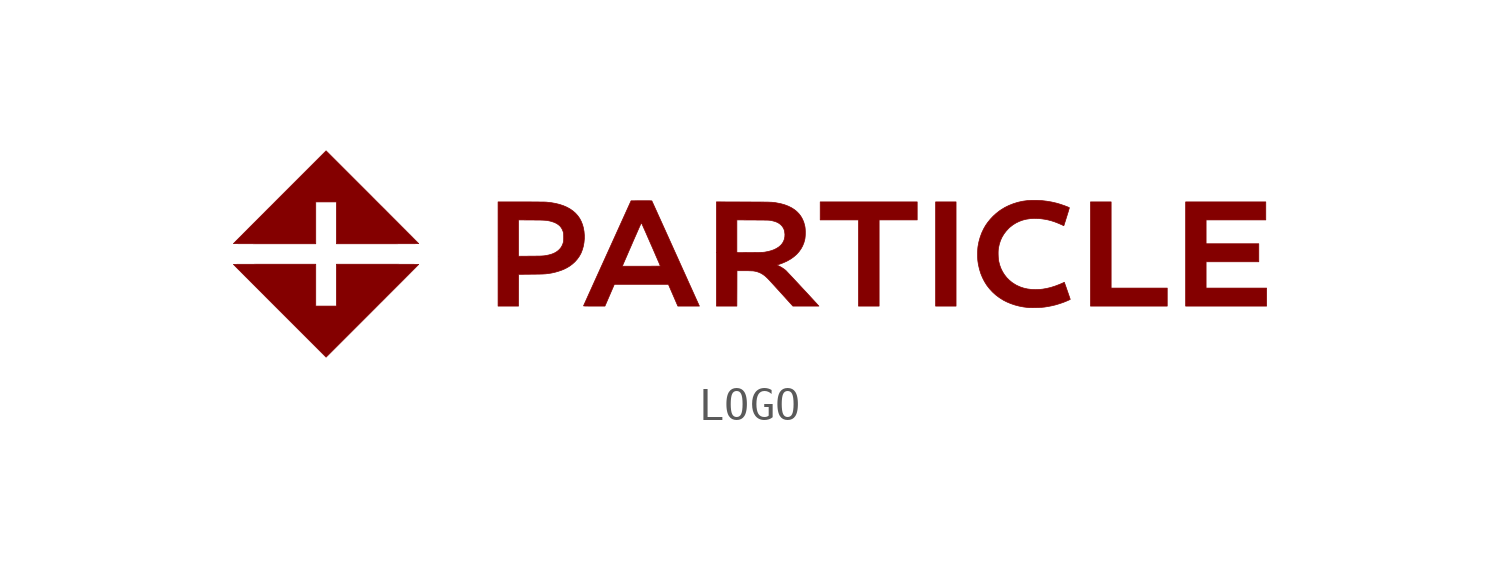
<source format=kicad_sym>
(kicad_symbol_lib
  (version 20220914)
  (generator bitmap2component)
  (symbol "LOGO"
    (pin_names
      (offset 1.016))
    (property "Reference" "#G"
      (at 0 4.108 0)
      (effects (font (size 1.27 1.27)) hide))
    (symbol "LOGO_0_0"
      (polyline (pts (xy -11.56 -1.741) (xy -11.559 -1.74) (xy -11.449 -1.63) (xy -11.341 -1.521) (xy -11.235 -1.416) (xy -11.133 -1.313) (xy -11.033 -1.213) (xy -10.937 -1.117) (xy -10.845 -1.025) (xy -10.757 -0.937) (xy -10.674 -0.854) (xy -10.595 -0.775) (xy -10.522 -0.701) (xy -10.454 -0.633) (xy -10.392 -0.57) (xy -10.336 -0.514) (xy -10.286 -0.464) (xy -10.243 -0.421) (xy -10.208 -0.385) (xy -10.179 -0.356) (xy -10.159 -0.335) (xy -10.146 -0.322) (xy -10.142 -0.318) (xy -10.144 -0.317) (xy -10.158 -0.317) (xy -10.183 -0.316) (xy -10.219 -0.316) (xy -10.265 -0.316) (xy -10.321 -0.315) (xy -10.385 -0.315) (xy -10.458 -0.315) (xy -10.539 -0.314) (xy -10.628 -0.314) (xy -10.723 -0.314) (xy -10.824 -0.313) (xy -10.931 -0.313) (xy -11.043 -0.313) (xy -11.159 -0.313) (xy -11.279 -0.313) (xy -11.402 -0.313) (xy -12.663 -0.313) (xy -12.663 -0.954) (xy -12.663 -1.595) (xy -12.979 -1.595) (xy -13.295 -1.595) (xy -13.295 -0.954) (xy -13.295 -0.313) (xy -14.556 -0.313) (xy -14.637 -0.313) (xy -14.759 -0.313) (xy -14.876 -0.313) (xy -14.99 -0.313) (xy -15.098 -0.313) (xy -15.201 -0.314) (xy -15.299 -0.314) (xy -15.389 -0.314) (xy -15.473 -0.314) (xy -15.549 -0.315) (xy -15.617 -0.315) (xy -15.675 -0.315) (xy -15.725 -0.316) (xy -15.764 -0.316) (xy -15.793 -0.317) (xy -15.811 -0.317) (xy -15.817 -0.318) (xy -15.812 -0.322) (xy -15.8 -0.335) (xy -15.779 -0.356) (xy -15.751 -0.385) (xy -15.715 -0.421) (xy -15.672 -0.465) (xy -15.622 -0.514) (xy -15.566 -0.571) (xy -15.504 -0.633) (xy -15.436 -0.702) (xy -15.362 -0.775) (xy -15.284 -0.854) (xy -15.2 -0.938) (xy -15.112 -1.026) (xy -15.02 -1.118) (xy -14.924 -1.214) (xy -14.825 -1.314) (xy -14.722 -1.417) (xy -14.617 -1.522) (xy -14.508 -1.631) (xy -14.398 -1.741) (xy -12.979 -3.16) (xy -11.56 -1.741)) (stroke (width 0.01) (type default)) (fill (type outline)))
      (polyline (pts (xy 8.688 -1.642) (xy 8.749 -1.641) (xy 8.811 -1.639) (xy 8.87 -1.637) (xy 8.925 -1.634) (xy 8.974 -1.63) (xy 9.013 -1.626) (xy 9.03 -1.624) (xy 9.147 -1.605) (xy 9.257 -1.583) (xy 9.363 -1.557) (xy 9.47 -1.525) (xy 9.583 -1.487) (xy 9.609 -1.477) (xy 9.64 -1.465) (xy 9.674 -1.451) (xy 9.708 -1.437) (xy 9.739 -1.423) (xy 9.768 -1.411) (xy 9.79 -1.4) (xy 9.805 -1.393) (xy 9.81 -1.389) (xy 9.81 -1.388) (xy 9.807 -1.378) (xy 9.8 -1.359) (xy 9.791 -1.331) (xy 9.779 -1.297) (xy 9.765 -1.257) (xy 9.75 -1.213) (xy 9.734 -1.166) (xy 9.717 -1.118) (xy 9.701 -1.071) (xy 9.685 -1.025) (xy 9.67 -0.982) (xy 9.656 -0.944) (xy 9.645 -0.911) (xy 9.636 -0.886) (xy 9.629 -0.866) (xy 9.562 -0.897) (xy 9.482 -0.931) (xy 9.345 -0.983) (xy 9.212 -1.025) (xy 9.083 -1.056) (xy 8.957 -1.077) (xy 8.878 -1.085) (xy 8.746 -1.09) (xy 8.62 -1.085) (xy 8.499 -1.07) (xy 8.384 -1.044) (xy 8.274 -1.007) (xy 8.169 -0.96) (xy 8.12 -0.932) (xy 8.026 -0.871) (xy 7.941 -0.8) (xy 7.863 -0.722) (xy 7.795 -0.635) (xy 7.736 -0.541) (xy 7.687 -0.441) (xy 7.648 -0.335) (xy 7.62 -0.223) (xy 7.617 -0.21) (xy 7.611 -0.167) (xy 7.607 -0.115) (xy 7.604 -0.059) (xy 7.602 -0.002) (xy 7.602 0.053) (xy 7.604 0.103) (xy 7.607 0.145) (xy 7.615 0.197) (xy 7.64 0.309) (xy 7.675 0.416) (xy 7.722 0.518) (xy 7.78 0.614) (xy 7.849 0.704) (xy 7.928 0.789) (xy 7.964 0.822) (xy 8.052 0.891) (xy 8.147 0.95) (xy 8.248 0.999) (xy 8.355 1.038) (xy 8.468 1.066) (xy 8.586 1.083) (xy 8.71 1.09) (xy 8.838 1.086) (xy 8.913 1.08) (xy 9.021 1.065) (xy 9.126 1.045) (xy 9.23 1.018) (xy 9.335 0.984) (xy 9.445 0.941) (xy 9.56 0.891) (xy 9.613 0.866) (xy 9.623 0.895) (xy 9.631 0.92) (xy 9.653 0.989) (xy 9.674 1.056) (xy 9.694 1.12) (xy 9.713 1.18) (xy 9.73 1.236) (xy 9.746 1.286) (xy 9.759 1.33) (xy 9.769 1.365) (xy 9.777 1.393) (xy 9.782 1.41) (xy 9.783 1.417) (xy 9.779 1.42) (xy 9.764 1.428) (xy 9.74 1.438) (xy 9.709 1.451) (xy 9.671 1.465) (xy 9.63 1.481) (xy 9.585 1.496) (xy 9.539 1.512) (xy 9.493 1.527) (xy 9.45 1.54) (xy 9.41 1.552) (xy 9.375 1.561) (xy 9.235 1.593) (xy 9.086 1.618) (xy 8.938 1.635) (xy 8.79 1.643) (xy 8.646 1.644) (xy 8.507 1.636) (xy 8.375 1.619) (xy 8.338 1.613) (xy 8.198 1.581) (xy 8.062 1.538) (xy 7.931 1.486) (xy 7.805 1.424) (xy 7.688 1.352) (xy 7.639 1.318) (xy 7.542 1.242) (xy 7.45 1.158) (xy 7.364 1.067) (xy 7.286 0.971) (xy 7.218 0.874) (xy 7.156 0.765) (xy 7.097 0.639) (xy 7.049 0.506) (xy 7.011 0.368) (xy 6.984 0.224) (xy 6.981 0.195) (xy 6.977 0.15) (xy 6.975 0.098) (xy 6.973 0.041) (xy 6.973 -0.017) (xy 6.973 -0.075) (xy 6.975 -0.129) (xy 6.977 -0.176) (xy 6.981 -0.215) (xy 6.997 -0.323) (xy 7.029 -0.463) (xy 7.07 -0.596) (xy 7.122 -0.723) (xy 7.184 -0.844) (xy 7.255 -0.957) (xy 7.337 -1.063) (xy 7.428 -1.162) (xy 7.528 -1.253) (xy 7.638 -1.336) (xy 7.757 -1.411) (xy 7.763 -1.415) (xy 7.872 -1.47) (xy 7.989 -1.519) (xy 8.113 -1.561) (xy 8.242 -1.595) (xy 8.375 -1.621) (xy 8.51 -1.638) (xy 8.534 -1.64) (xy 8.578 -1.641) (xy 8.631 -1.642) (xy 8.688 -1.642)) (stroke (width 0.01) (type default)) (fill (type outline)))
      (polyline (pts (xy -7.085 -1.109) (xy -7.083 -0.623) (xy -6.697 -0.619) (xy -6.676 -0.619) (xy -6.595 -0.618) (xy -6.524 -0.617) (xy -6.462 -0.616) (xy -6.409 -0.615) (xy -6.363 -0.614) (xy -6.322 -0.612) (xy -6.286 -0.61) (xy -6.253 -0.608) (xy -6.223 -0.604) (xy -6.193 -0.601) (xy -6.162 -0.597) (xy -6.13 -0.591) (xy -6.095 -0.586) (xy -6.063 -0.58) (xy -5.961 -0.557) (xy -5.861 -0.528) (xy -5.764 -0.495) (xy -5.674 -0.457) (xy -5.594 -0.416) (xy -5.516 -0.368) (xy -5.43 -0.303) (xy -5.352 -0.231) (xy -5.283 -0.152) (xy -5.224 -0.069) (xy -5.175 0.019) (xy -5.166 0.04) (xy -5.128 0.139) (xy -5.099 0.244) (xy -5.08 0.353) (xy -5.07 0.465) (xy -5.07 0.578) (xy -5.079 0.689) (xy -5.098 0.797) (xy -5.126 0.9) (xy -5.127 0.902) (xy -5.166 1) (xy -5.214 1.091) (xy -5.273 1.174) (xy -5.341 1.25) (xy -5.419 1.318) (xy -5.507 1.379) (xy -5.604 1.433) (xy -5.711 1.479) (xy -5.828 1.518) (xy -5.954 1.549) (xy -6.09 1.573) (xy -6.235 1.589) (xy -6.253 1.59) (xy -6.283 1.591) (xy -6.325 1.592) (xy -6.378 1.592) (xy -6.441 1.593) (xy -6.514 1.594) (xy -6.596 1.594) (xy -6.688 1.595) (xy -6.788 1.595) (xy -6.897 1.595) (xy -7.013 1.595) (xy -7.712 1.595) (xy -7.712 0) (xy -7.712 -0.069) (xy -7.086 -0.069) (xy -7.086 0.488) (xy -7.086 1.044) (xy -6.692 1.041) (xy -6.638 1.041) (xy -6.559 1.04) (xy -6.491 1.04) (xy -6.432 1.039) (xy -6.382 1.038) (xy -6.338 1.036) (xy -6.301 1.034) (xy -6.269 1.032) (xy -6.24 1.03) (xy -6.214 1.026) (xy -6.19 1.023) (xy -6.166 1.018) (xy -6.142 1.013) (xy -6.116 1.007) (xy -6.084 0.999) (xy -6.002 0.972) (xy -5.93 0.94) (xy -5.869 0.901) (xy -5.817 0.856) (xy -5.775 0.804) (xy -5.742 0.744) (xy -5.717 0.678) (xy -5.714 0.666) (xy -5.709 0.648) (xy -5.707 0.631) (xy -5.705 0.61) (xy -5.704 0.585) (xy -5.703 0.552) (xy -5.703 0.509) (xy -5.703 0.506) (xy -5.703 0.465) (xy -5.704 0.433) (xy -5.705 0.409) (xy -5.707 0.389) (xy -5.71 0.372) (xy -5.715 0.354) (xy -5.72 0.335) (xy -5.733 0.297) (xy -5.758 0.242) (xy -5.788 0.193) (xy -5.827 0.147) (xy -5.85 0.124) (xy -5.901 0.081) (xy -5.957 0.045) (xy -6.021 0.014) (xy -6.093 -0.012) (xy -6.174 -0.033) (xy -6.265 -0.05) (xy -6.267 -0.051) (xy -6.285 -0.053) (xy -6.303 -0.056) (xy -6.321 -0.057) (xy -6.342 -0.059) (xy -6.366 -0.06) (xy -6.394 -0.062) (xy -6.427 -0.063) (xy -6.467 -0.063) (xy -6.515 -0.064) (xy -6.572 -0.065) (xy -6.639 -0.065) (xy -6.717 -0.066) (xy -7.086 -0.069) (xy -7.712 -0.069) (xy -7.712 -1.595) (xy -7.399 -1.595) (xy -7.086 -1.595) (xy -7.085 -1.109)) (stroke (width 0.01) (type default)) (fill (type outline)))
      (polyline (pts (xy -1.599 -1.48) (xy -1.604 -1.468) (xy -1.615 -1.444) (xy -1.631 -1.41) (xy -1.651 -1.365) (xy -1.675 -1.312) (xy -1.703 -1.25) (xy -1.735 -1.179) (xy -1.77 -1.101) (xy -1.809 -1.015) (xy -1.851 -0.923) (xy -1.895 -0.825) (xy -1.942 -0.72) (xy -1.991 -0.611) (xy -2.043 -0.497) (xy -2.096 -0.379) (xy -2.151 -0.257) (xy -2.207 -0.132) (xy -2.265 -0.004) (xy -2.324 0.126) (xy -2.379 0.249) (xy -2.436 0.375) (xy -2.491 0.497) (xy -2.545 0.616) (xy -2.596 0.73) (xy -2.646 0.84) (xy -2.693 0.944) (xy -2.738 1.043) (xy -2.78 1.135) (xy -2.819 1.221) (xy -2.854 1.3) (xy -2.887 1.372) (xy -2.916 1.436) (xy -2.941 1.491) (xy -2.962 1.537) (xy -2.979 1.574) (xy -2.991 1.601) (xy -2.999 1.618) (xy -3.002 1.624) (xy -3.003 1.625) (xy -3.009 1.627) (xy -3.02 1.628) (xy -3.037 1.629) (xy -3.062 1.63) (xy -3.095 1.631) (xy -3.137 1.631) (xy -3.188 1.631) (xy -3.25 1.631) (xy -3.324 1.631) (xy -3.639 1.629) (xy -4.365 0.026) (xy -4.406 -0.064) (xy -4.465 -0.195) (xy -4.523 -0.323) (xy -4.546 -0.374) (xy -3.908 -0.374) (xy -3.891 -0.336) (xy -3.835 -0.206) (xy -3.78 -0.081) (xy -3.728 0.04) (xy -3.678 0.155) (xy -3.63 0.264) (xy -3.586 0.367) (xy -3.544 0.463) (xy -3.505 0.551) (xy -3.469 0.632) (xy -3.437 0.706) (xy -3.409 0.77) (xy -3.384 0.826) (xy -3.363 0.873) (xy -3.346 0.909) (xy -3.334 0.936) (xy -3.326 0.953) (xy -3.323 0.958) (xy -3.322 0.957) (xy -3.317 0.946) (xy -3.308 0.925) (xy -3.294 0.896) (xy -3.277 0.857) (xy -3.257 0.812) (xy -3.234 0.76) (xy -3.208 0.702) (xy -3.18 0.639) (xy -3.151 0.572) (xy -3.12 0.501) (xy -3.088 0.429) (xy -3.056 0.355) (xy -3.023 0.28) (xy -2.99 0.205) (xy -2.958 0.132) (xy -2.927 0.06) (xy -2.897 -0.009) (xy -2.869 -0.075) (xy -2.842 -0.136) (xy -2.818 -0.192) (xy -2.796 -0.241) (xy -2.778 -0.284) (xy -2.763 -0.32) (xy -2.752 -0.346) (xy -2.745 -0.363) (xy -2.743 -0.37) (xy -2.743 -0.37) (xy -2.753 -0.37) (xy -2.774 -0.371) (xy -2.805 -0.372) (xy -2.846 -0.372) (xy -2.895 -0.373) (xy -2.952 -0.373) (xy -3.016 -0.373) (xy -3.087 -0.374) (xy -3.162 -0.374) (xy -3.242 -0.374) (xy -3.325 -0.374) (xy -3.908 -0.374) (xy -4.546 -0.374) (xy -4.58 -0.448) (xy -4.634 -0.568) (xy -4.687 -0.684) (xy -4.737 -0.795) (xy -4.785 -0.901) (xy -4.83 -1.001) (xy -4.872 -1.094) (xy -4.912 -1.181) (xy -4.948 -1.261) (xy -4.98 -1.333) (xy -5.009 -1.397) (xy -5.034 -1.452) (xy -5.055 -1.499) (xy -5.072 -1.536) (xy -5.084 -1.563) (xy -5.092 -1.58) (xy -5.095 -1.587) (xy -5.095 -1.588) (xy -5.091 -1.59) (xy -5.084 -1.591) (xy -5.072 -1.592) (xy -5.054 -1.593) (xy -5.029 -1.594) (xy -4.996 -1.594) (xy -4.954 -1.595) (xy -4.903 -1.595) (xy -4.841 -1.595) (xy -4.769 -1.595) (xy -4.439 -1.595) (xy -4.295 -1.262) (xy -4.151 -0.929) (xy -3.323 -0.929) (xy -2.496 -0.929) (xy -2.351 -1.262) (xy -2.207 -1.595) (xy -1.877 -1.595) (xy -1.547 -1.595) (xy -1.599 -1.48)) (stroke (width 0.01) (type default)) (fill (type outline)))
      (polyline (pts (xy -0.397 -1.054) (xy -0.396 -0.512) (xy -0.166 -0.513) (xy -0.105 -0.513) (xy -0.038 -0.513) (xy 0.017 -0.515) (xy 0.061 -0.516) (xy 0.095 -0.518) (xy 0.12 -0.521) (xy 0.166 -0.529) (xy 0.248 -0.551) (xy 0.325 -0.583) (xy 0.398 -0.625) (xy 0.469 -0.678) (xy 0.539 -0.743) (xy 0.547 -0.751) (xy 0.565 -0.77) (xy 0.59 -0.796) (xy 0.621 -0.83) (xy 0.657 -0.869) (xy 0.698 -0.914) (xy 0.744 -0.964) (xy 0.793 -1.018) (xy 0.845 -1.075) (xy 0.899 -1.134) (xy 0.954 -1.195) (xy 1.316 -1.595) (xy 1.714 -1.595) (xy 2.113 -1.595) (xy 2.1 -1.581) (xy 2.091 -1.572) (xy 2.062 -1.539) (xy 2.027 -1.5) (xy 1.986 -1.456) (xy 1.942 -1.408) (xy 1.893 -1.355) (xy 1.841 -1.299) (xy 1.787 -1.24) (xy 1.731 -1.179) (xy 1.673 -1.117) (xy 1.615 -1.055) (xy 1.557 -0.993) (xy 1.5 -0.931) (xy 1.444 -0.871) (xy 1.39 -0.813) (xy 1.338 -0.757) (xy 1.29 -0.706) (xy 1.245 -0.658) (xy 1.205 -0.616) (xy 1.17 -0.579) (xy 1.141 -0.548) (xy 1.119 -0.524) (xy 1.103 -0.508) (xy 1.095 -0.5) (xy 1.044 -0.461) (xy 0.969 -0.411) (xy 0.889 -0.368) (xy 0.866 -0.358) (xy 0.847 -0.347) (xy 0.835 -0.34) (xy 0.832 -0.336) (xy 0.833 -0.336) (xy 0.843 -0.332) (xy 0.861 -0.326) (xy 0.883 -0.319) (xy 0.884 -0.319) (xy 0.928 -0.304) (xy 0.98 -0.286) (xy 1.033 -0.264) (xy 1.085 -0.241) (xy 1.131 -0.22) (xy 1.159 -0.205) (xy 1.261 -0.146) (xy 1.352 -0.079) (xy 1.434 -0.007) (xy 1.504 0.072) (xy 1.565 0.158) (xy 1.615 0.249) (xy 1.654 0.346) (xy 1.682 0.45) (xy 1.687 0.479) (xy 1.692 0.525) (xy 1.696 0.578) (xy 1.697 0.634) (xy 1.697 0.692) (xy 1.695 0.747) (xy 1.691 0.796) (xy 1.685 0.838) (xy 1.677 0.876) (xy 1.649 0.976) (xy 1.61 1.068) (xy 1.562 1.152) (xy 1.504 1.23) (xy 1.437 1.299) (xy 1.359 1.362) (xy 1.272 1.417) (xy 1.175 1.465) (xy 1.068 1.506) (xy 0.952 1.539) (xy 0.825 1.564) (xy 0.808 1.567) (xy 0.788 1.571) (xy 0.768 1.574) (xy 0.749 1.577) (xy 0.729 1.579) (xy 0.709 1.581) (xy 0.687 1.583) (xy 0.663 1.585) (xy 0.635 1.586) (xy 0.604 1.587) (xy 0.569 1.589) (xy 0.528 1.589) (xy 0.481 1.59) (xy 0.428 1.591) (xy 0.367 1.591) (xy 0.299 1.592) (xy 0.222 1.592) (xy 0.135 1.592) (xy 0.038 1.593) (xy -0.069 1.593) (xy -0.189 1.593) (xy -1.025 1.596) (xy -1.025 0.042) (xy -0.399 0.042) (xy -0.399 0.543) (xy -0.399 1.044) (xy 0.09 1.041) (xy 0.15 1.041) (xy 0.232 1.04) (xy 0.303 1.04) (xy 0.364 1.04) (xy 0.416 1.039) (xy 0.461 1.038) (xy 0.498 1.038) (xy 0.529 1.037) (xy 0.554 1.036) (xy 0.576 1.035) (xy 0.593 1.034) (xy 0.608 1.032) (xy 0.622 1.03) (xy 0.634 1.028) (xy 0.647 1.026) (xy 0.68 1.019) (xy 0.752 1.001) (xy 0.814 0.979) (xy 0.868 0.953) (xy 0.915 0.921) (xy 0.958 0.884) (xy 0.991 0.847) (xy 1.024 0.798) (xy 1.048 0.745) (xy 1.063 0.686) (xy 1.071 0.618) (xy 1.073 0.597) (xy 1.069 0.522) (xy 1.054 0.451) (xy 1.029 0.385) (xy 0.993 0.324) (xy 0.946 0.268) (xy 0.888 0.218) (xy 0.821 0.174) (xy 0.744 0.135) (xy 0.657 0.103) (xy 0.56 0.077) (xy 0.454 0.057) (xy 0.446 0.056) (xy 0.429 0.054) (xy 0.408 0.052) (xy 0.382 0.051) (xy 0.351 0.05) (xy 0.314 0.048) (xy 0.269 0.047) (xy 0.215 0.047) (xy 0.153 0.046) (xy 0.08 0.045) (xy -0.005 0.045) (xy -0.399 0.042) (xy -1.025 0.042) (xy -1.025 0.000200) (xy -1.025 -1.595) (xy -0.712 -1.595) (xy -0.399 -1.595) (xy -0.397 -1.054)) (stroke (width 0.01) (type default)) (fill (type outline)))
      (polyline (pts (xy 3.957 -0.276) (xy 3.957 1.043) (xy 4.54 1.043) (xy 5.123 1.043) (xy 5.123 1.319) (xy 5.123 1.595) (xy 3.638 1.595) (xy 2.153 1.595) (xy 2.153 1.319) (xy 2.153 1.043) (xy 2.739 1.043) (xy 3.325 1.043) (xy 3.325 -0.276) (xy 3.325 -1.595) (xy 3.641 -1.595) (xy 3.957 -1.595) (xy 3.957 -0.276)) (stroke (width 0.01) (type default)) (fill (type outline)))
      (polyline (pts (xy 6.313 0) (xy 6.313 1.595) (xy 6 1.595) (xy 5.687 1.595) (xy 5.687 0) (xy 5.687 -1.595) (xy 6 -1.595) (xy 6.313 -1.595) (xy 6.313 0)) (stroke (width 0.01) (type default)) (fill (type outline)))
      (polyline (pts (xy 12.78 -1.319) (xy 12.78 -1.043) (xy 11.921 -1.043) (xy 11.062 -1.043) (xy 11.062 0.276) (xy 11.062 1.595) (xy 10.746 1.595) (xy 10.43 1.595) (xy 10.43 0) (xy 10.43 -1.595) (xy 11.605 -1.595) (xy 12.78 -1.595) (xy 12.78 -1.319)) (stroke (width 0.01) (type default)) (fill (type outline)))
      (polyline (pts (xy 15.823 -1.319) (xy 15.823 -1.043) (xy 14.896 -1.043) (xy 13.97 -1.043) (xy 13.97 -0.641) (xy 13.97 -0.239) (xy 14.777 -0.239) (xy 15.584 -0.239) (xy 15.584 0.037) (xy 15.584 0.313) (xy 14.777 0.313) (xy 13.97 0.313) (xy 13.97 0.678) (xy 13.97 1.043) (xy 14.884 1.043) (xy 15.798 1.043) (xy 15.798 1.319) (xy 15.798 1.595) (xy 14.571 1.595) (xy 13.344 1.595) (xy 13.344 0) (xy 13.344 -1.595) (xy 14.584 -1.595) (xy 15.823 -1.595) (xy 15.823 -1.319)) (stroke (width 0.01) (type default)) (fill (type outline)))
      (polyline (pts (xy -13.295 0.954) (xy -13.295 1.595) (xy -12.979 1.595) (xy -12.663 1.595) (xy -12.663 0.954) (xy -12.663 0.313) (xy -11.402 0.313) (xy -11.321 0.313) (xy -11.2 0.313) (xy -11.082 0.313) (xy -10.969 0.313) (xy -10.86 0.313) (xy -10.757 0.314) (xy -10.66 0.314) (xy -10.569 0.314) (xy -10.485 0.314) (xy -10.409 0.315) (xy -10.342 0.315) (xy -10.283 0.315) (xy -10.234 0.316) (xy -10.194 0.316) (xy -10.165 0.317) (xy -10.148 0.317) (xy -10.142 0.318) (xy -10.146 0.322) (xy -10.159 0.335) (xy -10.179 0.356) (xy -10.208 0.385) (xy -10.244 0.421) (xy -10.287 0.465) (xy -10.336 0.514) (xy -10.392 0.571) (xy -10.455 0.633) (xy -10.523 0.702) (xy -10.596 0.775) (xy -10.675 0.854) (xy -10.758 0.938) (xy -10.846 1.026) (xy -10.938 1.118) (xy -11.034 1.214) (xy -11.133 1.314) (xy -11.236 1.417) (xy -11.342 1.522) (xy -11.45 1.63) (xy -11.56 1.741) (xy -12.979 3.16) (xy -14.398 1.741) (xy -14.399 1.74) (xy -14.509 1.63) (xy -14.617 1.521) (xy -14.723 1.416) (xy -14.826 1.313) (xy -14.925 1.213) (xy -15.021 1.117) (xy -15.113 1.025) (xy -15.201 0.937) (xy -15.284 0.854) (xy -15.363 0.775) (xy -15.436 0.701) (xy -15.504 0.633) (xy -15.566 0.57) (xy -15.623 0.514) (xy -15.672 0.464) (xy -15.715 0.421) (xy -15.751 0.385) (xy -15.779 0.356) (xy -15.8 0.335) (xy -15.812 0.322) (xy -15.817 0.318) (xy -15.814 0.317) (xy -15.8 0.317) (xy -15.775 0.316) (xy -15.739 0.316) (xy -15.693 0.316) (xy -15.638 0.315) (xy -15.573 0.315) (xy -15.5 0.314) (xy -15.419 0.314) (xy -15.331 0.314) (xy -15.236 0.314) (xy -15.134 0.313) (xy -15.028 0.313) (xy -14.916 0.313) (xy -14.8 0.313) (xy -14.679 0.313) (xy -14.556 0.313) (xy -13.295 0.313) (xy -13.295 0.954)) (stroke (width 0.01) (type default)) (fill (type outline))))))
</source>
